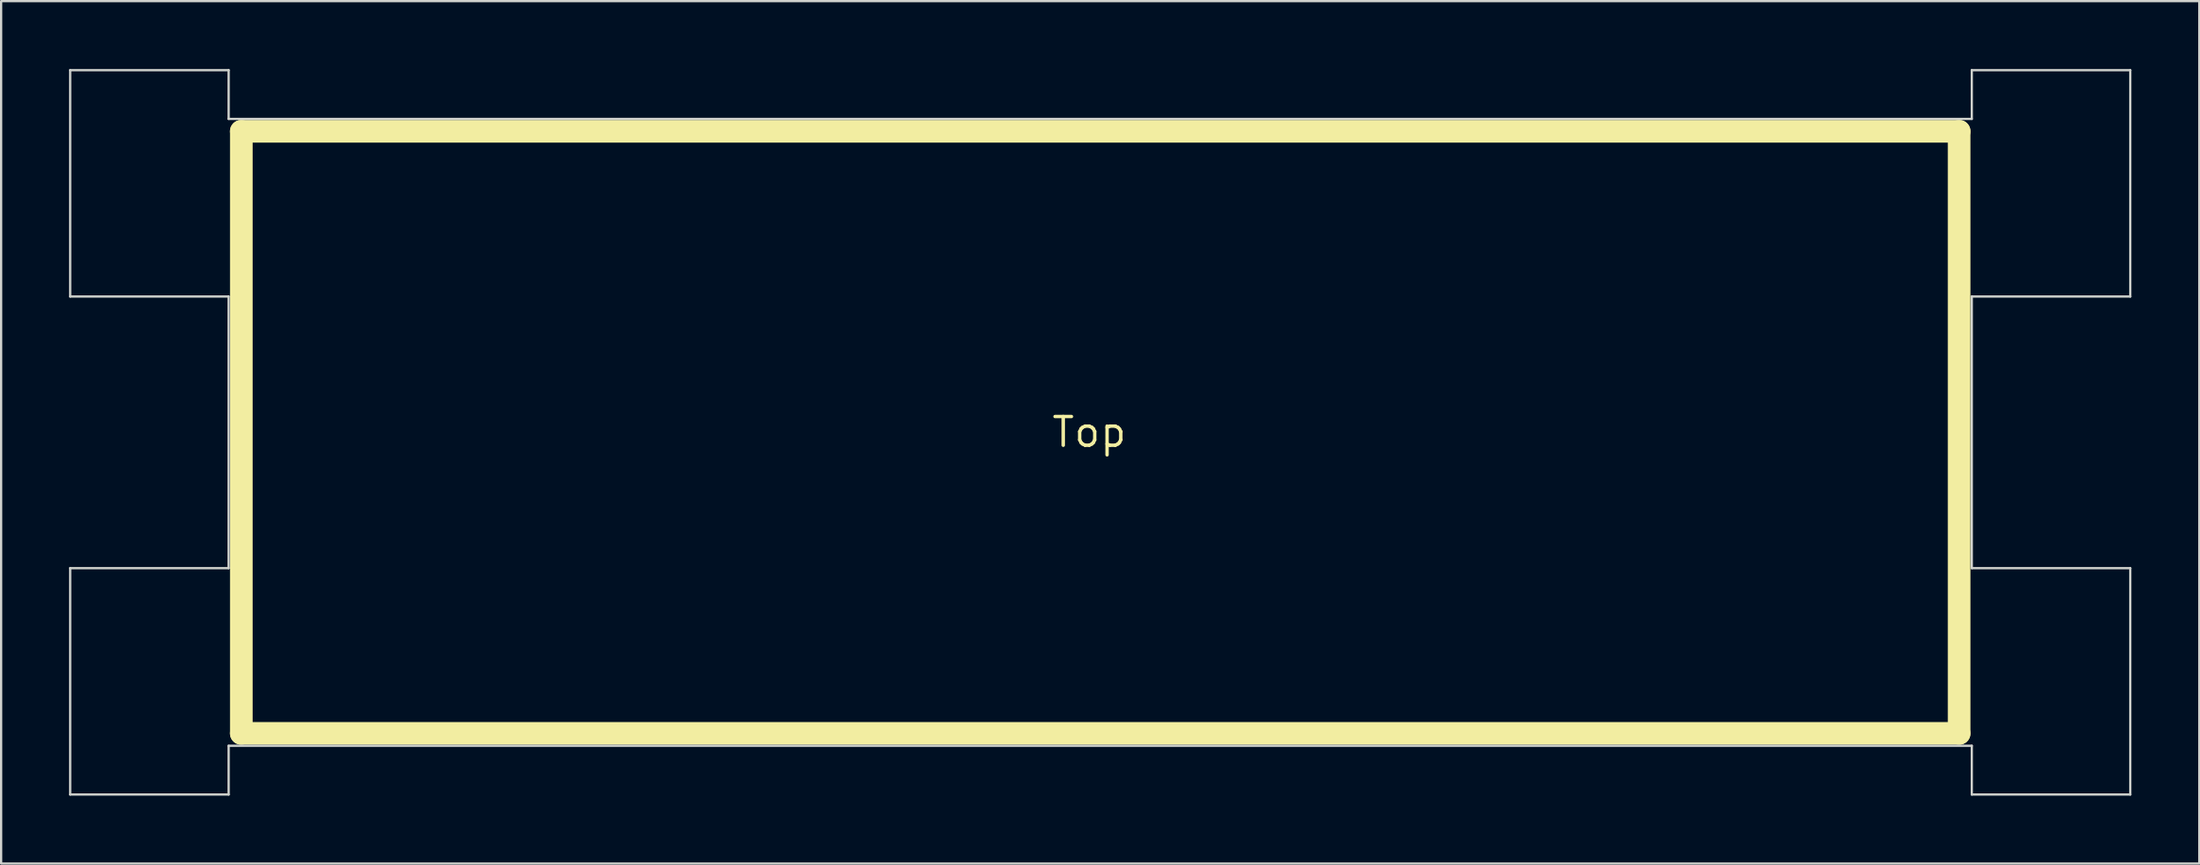
<source format=kicad_pcb>
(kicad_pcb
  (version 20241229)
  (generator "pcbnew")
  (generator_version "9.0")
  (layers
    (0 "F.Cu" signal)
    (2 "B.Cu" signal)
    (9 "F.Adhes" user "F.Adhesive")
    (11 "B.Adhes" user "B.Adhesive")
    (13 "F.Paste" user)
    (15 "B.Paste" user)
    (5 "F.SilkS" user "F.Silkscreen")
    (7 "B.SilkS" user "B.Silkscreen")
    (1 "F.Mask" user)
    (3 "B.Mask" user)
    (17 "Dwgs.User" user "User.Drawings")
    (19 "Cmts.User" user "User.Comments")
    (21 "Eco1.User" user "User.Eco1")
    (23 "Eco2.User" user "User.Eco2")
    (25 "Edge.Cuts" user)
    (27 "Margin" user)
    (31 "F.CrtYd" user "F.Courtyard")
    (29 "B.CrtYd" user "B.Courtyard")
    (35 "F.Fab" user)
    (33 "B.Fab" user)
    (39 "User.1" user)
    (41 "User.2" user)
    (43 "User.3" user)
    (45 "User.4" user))
  (footprint "Top"
    (layer "F.Cu")
    (at 45.55 16.05)
    (property "Reference" "Top" (at -0.484 -0.009 0) (layer "F.SilkS") (effects (font (size 1.27 1.27) (thickness 0.15))))
    (attr through_hole)
    (fp_poly (pts (xy 26.81 -4.939) (xy 24.038 -4.939) (xy 24.038 6.767) (xy 21.519 6.767) (xy 21.519 -4.939) (xy 18.746 -4.939) (xy 18.746 -7.288) (xy 26.81 -7.288) (xy 26.81 -4.939)) (stroke (width 0.01) (type solid)) (fill yes) (layer "F.Mask"))
    (fp_poly (pts (xy -28.985 -4.939) (xy -33.472 -4.939) (xy -33.472 -1.658) (xy -29.26 -1.658) (xy -29.26 0.671) (xy -33.472 0.671) (xy -33.472 4.459) (xy -28.816 4.459) (xy -28.816 6.767) (xy -36.033 6.767) (xy -36.033 -7.288) (xy -28.985 -7.288) (xy -28.985 -4.939)) (stroke (width 0.01) (type solid)) (fill yes) (layer "F.Mask"))
    (fp_poly (pts (xy 35.013 -7.288) (xy 35.256 -7.288) (xy 35.461 -7.287) (xy 35.632 -7.286) (xy 35.772 -7.284) (xy 35.883 -7.282) (xy 35.968 -7.279) (xy 36.03 -7.276) (xy 36.071 -7.271) (xy 36.095 -7.267) (xy 36.103 -7.261) (xy 36.103 -7.26) (xy 36.095 -7.238) (xy 36.073 -7.178) (xy 36.038 -7.082) (xy 35.989 -6.953) (xy 35.928 -6.79) (xy 35.855 -6.598) (xy 35.772 -6.377) (xy 35.678 -6.129) (xy 35.574 -5.856) (xy 35.462 -5.56) (xy 35.341 -5.243) (xy 35.213 -4.906) (xy 35.078 -4.551) (xy 34.937 -4.181) (xy 34.791 -3.797) (xy 34.64 -3.4) (xy 34.484 -2.993) (xy 34.483 -2.99) (xy 32.864 1.252) (xy 32.864 6.767) (xy 30.303 6.767) (xy 30.303 1.251) (xy 28.684 -2.991) (xy 28.528 -3.398) (xy 28.377 -3.795) (xy 28.231 -4.179) (xy 28.09 -4.549) (xy 27.955 -4.904) (xy 27.826 -5.241) (xy 27.706 -5.558) (xy 27.593 -5.855) (xy 27.49 -6.128) (xy 27.396 -6.376) (xy 27.312 -6.597) (xy 27.239 -6.79) (xy 27.178 -6.952) (xy 27.13 -7.082) (xy 27.094 -7.178) (xy 27.072 -7.238) (xy 27.064 -7.261) (xy 27.064 -7.261) (xy 27.071 -7.266) (xy 27.093 -7.271) (xy 27.132 -7.275) (xy 27.191 -7.278) (xy 27.273 -7.281) (xy 27.381 -7.283) (xy 27.517 -7.284) (xy 27.684 -7.284) (xy 27.884 -7.285) (xy 28.121 -7.284) (xy 28.397 -7.283) (xy 28.487 -7.283) (xy 29.909 -7.278) (xy 30.736 -4.572) (xy 30.837 -4.245) (xy 30.934 -3.928) (xy 31.027 -3.626) (xy 31.115 -3.34) (xy 31.199 -3.072) (xy 31.276 -2.824) (xy 31.346 -2.6) (xy 31.408 -2.401) (xy 31.463 -2.23) (xy 31.508 -2.089) (xy 31.543 -1.981) (xy 31.568 -1.907) (xy 31.581 -1.87) (xy 31.584 -1.867) (xy 31.592 -1.886) (xy 31.613 -1.944) (xy 31.646 -2.037) (xy 31.689 -2.164) (xy 31.742 -2.322) (xy 31.804 -2.508) (xy 31.875 -2.721) (xy 31.953 -2.957) (xy 32.038 -3.216) (xy 32.129 -3.494) (xy 32.225 -3.788) (xy 32.326 -4.098) (xy 32.43 -4.42) (xy 32.481 -4.577) (xy 33.36 -7.288) (xy 34.731 -7.288) (xy 35.013 -7.288)) (stroke (width 0.01) (type solid)) (fill yes) (layer "F.Mask"))
    (fp_poly (pts (xy -5.844 -7.24) (xy -5.461 -7.239) (xy -5.117 -7.237) (xy -4.811 -7.236) (xy -4.54 -7.235) (xy -4.302 -7.234) (xy -4.094 -7.232) (xy -3.914 -7.23) (xy -3.76 -7.229) (xy -3.63 -7.226) (xy -3.52 -7.224) (xy -3.429 -7.221) (xy -3.354 -7.218) (xy -3.292 -7.214) (xy -3.243 -7.21) (xy -3.202 -7.206) (xy -3.167 -7.201) (xy -3.14 -7.196) (xy -2.885 -7.138) (xy -2.663 -7.071) (xy -2.462 -6.993) (xy -2.275 -6.898) (xy -2.107 -6.795) (xy -1.802 -6.568) (xy -1.529 -6.316) (xy -1.289 -6.038) (xy -1.08 -5.733) (xy -0.903 -5.4) (xy -0.756 -5.038) (xy -0.646 -4.674) (xy -0.573 -4.36) (xy -0.518 -4.059) (xy -0.481 -3.76) (xy -0.46 -3.451) (xy -0.455 -3.121) (xy -0.459 -2.917) (xy -0.477 -2.527) (xy -0.51 -2.17) (xy -0.559 -1.843) (xy -0.624 -1.538) (xy -0.708 -1.251) (xy -0.81 -0.975) (xy -0.85 -0.883) (xy -1.026 -0.531) (xy -1.228 -0.212) (xy -1.458 0.074) (xy -1.714 0.327) (xy -1.996 0.547) (xy -2.306 0.735) (xy -2.642 0.89) (xy -3.006 1.012) (xy -3.396 1.102) (xy -3.46 1.113) (xy -3.597 1.135) (xy -3.728 1.153) (xy -3.862 1.167) (xy -4.002 1.178) (xy -4.155 1.187) (xy -4.326 1.193) (xy -4.523 1.197) (xy -4.75 1.199) (xy -5.008 1.199) (xy -5.807 1.2) (xy -5.807 6.788) (xy -8.369 6.788) (xy -8.369 -0.913) (xy -5.786 -0.913) (xy -5.093 -0.922) (xy -4.899 -0.925) (xy -4.742 -0.928) (xy -4.616 -0.931) (xy -4.517 -0.935) (xy -4.438 -0.941) (xy -4.375 -0.947) (xy -4.321 -0.956) (xy -4.272 -0.967) (xy -4.235 -0.976) (xy -4.037 -1.046) (xy -3.841 -1.145) (xy -3.658 -1.265) (xy -3.497 -1.4) (xy -3.375 -1.537) (xy -3.254 -1.728) (xy -3.155 -1.95) (xy -3.077 -2.196) (xy -3.021 -2.462) (xy -2.986 -2.742) (xy -2.973 -3.028) (xy -2.982 -3.317) (xy -3.013 -3.601) (xy -3.067 -3.875) (xy -3.143 -4.134) (xy -3.241 -4.37) (xy -3.294 -4.47) (xy -3.421 -4.649) (xy -3.581 -4.804) (xy -3.774 -4.932) (xy -3.849 -4.971) (xy -3.937 -5.012) (xy -4.013 -5.045) (xy -4.086 -5.072) (xy -4.159 -5.094) (xy -4.238 -5.11) (xy -4.328 -5.122) (xy -4.437 -5.13) (xy -4.567 -5.136) (xy -4.726 -5.14) (xy -4.918 -5.143) (xy -5.051 -5.145) (xy -5.786 -5.154) (xy -5.786 -0.913) (xy -8.369 -0.913) (xy -8.369 -7.247) (xy -5.844 -7.24)) (stroke (width 0.01) (type solid)) (fill yes) (layer "F.Mask"))
    (fp_poly (pts (xy -25.027 -4.472) (xy -25.027 -4.13) (xy -25.026 -3.801) (xy -25.026 -3.486) (xy -25.025 -3.188) (xy -25.024 -2.909) (xy -25.022 -2.652) (xy -25.021 -2.42) (xy -25.019 -2.214) (xy -25.018 -2.037) (xy -25.016 -1.892) (xy -25.014 -1.78) (xy -25.012 -1.705) (xy -25.01 -1.669) (xy -25.009 -1.666) (xy -24.996 -1.686) (xy -24.964 -1.74) (xy -24.914 -1.827) (xy -24.845 -1.945) (xy -24.761 -2.091) (xy -24.661 -2.264) (xy -24.548 -2.462) (xy -24.421 -2.683) (xy -24.283 -2.925) (xy -24.134 -3.185) (xy -23.976 -3.462) (xy -23.81 -3.754) (xy -23.636 -4.059) (xy -23.457 -4.374) (xy -23.395 -4.482) (xy -21.799 -7.287) (xy -20.407 -7.288) (xy -20.169 -7.288) (xy -19.943 -7.287) (xy -19.734 -7.287) (xy -19.545 -7.286) (xy -19.379 -7.285) (xy -19.24 -7.284) (xy -19.131 -7.283) (xy -19.056 -7.281) (xy -19.019 -7.28) (xy -19.015 -7.279) (xy -19.026 -7.26) (xy -19.056 -7.206) (xy -19.104 -7.119) (xy -19.171 -7.001) (xy -19.254 -6.854) (xy -19.352 -6.68) (xy -19.465 -6.481) (xy -19.59 -6.258) (xy -19.728 -6.015) (xy -19.877 -5.751) (xy -20.036 -5.471) (xy -20.204 -5.175) (xy -20.379 -4.866) (xy -20.561 -4.544) (xy -20.712 -4.279) (xy -20.899 -3.949) (xy -21.08 -3.63) (xy -21.254 -3.322) (xy -21.421 -3.028) (xy -21.578 -2.749) (xy -21.726 -2.488) (xy -21.862 -2.246) (xy -21.986 -2.026) (xy -22.097 -1.83) (xy -22.193 -1.659) (xy -22.273 -1.515) (xy -22.337 -1.401) (xy -22.383 -1.318) (xy -22.41 -1.268) (xy -22.418 -1.254) (xy -22.41 -1.231) (xy -22.384 -1.173) (xy -22.342 -1.08) (xy -22.285 -0.953) (xy -22.212 -0.796) (xy -22.126 -0.61) (xy -22.027 -0.396) (xy -21.915 -0.156) (xy -21.792 0.107) (xy -21.658 0.393) (xy -21.514 0.699) (xy -21.362 1.023) (xy -21.201 1.364) (xy -21.033 1.72) (xy -20.859 2.089) (xy -20.679 2.47) (xy -20.541 2.761) (xy -20.358 3.149) (xy -20.179 3.526) (xy -20.006 3.891) (xy -19.84 4.243) (xy -19.681 4.579) (xy -19.53 4.898) (xy -19.388 5.198) (xy -19.256 5.477) (xy -19.135 5.733) (xy -19.026 5.965) (xy -18.929 6.17) (xy -18.846 6.348) (xy -18.776 6.496) (xy -18.721 6.612) (xy -18.683 6.695) (xy -18.661 6.743) (xy -18.656 6.754) (xy -18.676 6.756) (xy -18.736 6.758) (xy -18.83 6.76) (xy -18.957 6.762) (xy -19.113 6.763) (xy -19.293 6.764) (xy -19.495 6.765) (xy -19.716 6.766) (xy -19.95 6.766) (xy -20.081 6.767) (xy -21.507 6.767) (xy -22.794 3.92) (xy -22.942 3.591) (xy -23.086 3.274) (xy -23.224 2.969) (xy -23.355 2.68) (xy -23.479 2.407) (xy -23.595 2.154) (xy -23.7 1.922) (xy -23.796 1.713) (xy -23.88 1.53) (xy -23.951 1.375) (xy -24.009 1.25) (xy -24.053 1.156) (xy -24.081 1.097) (xy -24.093 1.074) (xy -24.093 1.073) (xy -24.106 1.091) (xy -24.139 1.142) (xy -24.189 1.221) (xy -24.253 1.325) (xy -24.33 1.451) (xy -24.417 1.594) (xy -24.511 1.752) (xy -24.566 1.843) (xy -25.027 2.613) (xy -25.027 6.767) (xy -27.567 6.767) (xy -27.567 -7.288) (xy -25.027 -7.288) (xy -25.027 -4.472)) (stroke (width 0.01) (type solid)) (fill yes) (layer "F.Mask"))
    (fp_poly (pts (xy 5.777 -7.156) (xy 5.787 -7.116) (xy 5.806 -7.037) (xy 5.834 -6.921) (xy 5.87 -6.771) (xy 5.914 -6.588) (xy 5.965 -6.373) (xy 6.023 -6.13) (xy 6.088 -5.859) (xy 6.159 -5.562) (xy 6.236 -5.241) (xy 6.317 -4.899) (xy 6.404 -4.536) (xy 6.495 -4.155) (xy 6.59 -3.758) (xy 6.688 -3.345) (xy 6.79 -2.92) (xy 6.894 -2.485) (xy 7 -2.039) (xy 7.108 -1.587) (xy 7.217 -1.129) (xy 7.327 -0.667) (xy 7.437 -0.204) (xy 7.548 0.259) (xy 7.658 0.721) (xy 7.767 1.179) (xy 7.875 1.631) (xy 7.981 2.076) (xy 8.085 2.512) (xy 8.186 2.937) (xy 8.285 3.349) (xy 8.379 3.747) (xy 8.47 4.128) (xy 8.556 4.491) (xy 8.638 4.833) (xy 8.714 5.154) (xy 8.785 5.45) (xy 8.849 5.721) (xy 8.907 5.965) (xy 8.958 6.179) (xy 9.002 6.363) (xy 9.038 6.513) (xy 9.065 6.628) (xy 9.083 6.707) (xy 9.093 6.747) (xy 9.094 6.752) (xy 9.073 6.755) (xy 9.014 6.757) (xy 8.92 6.759) (xy 8.793 6.761) (xy 8.639 6.763) (xy 8.461 6.764) (xy 8.261 6.765) (xy 8.045 6.766) (xy 7.814 6.766) (xy 7.765 6.767) (xy 6.436 6.767) (xy 6.358 6.37) (xy 6.339 6.269) (xy 6.312 6.133) (xy 6.279 5.967) (xy 6.242 5.777) (xy 6.201 5.569) (xy 6.158 5.349) (xy 6.113 5.124) (xy 6.069 4.898) (xy 6.065 4.877) (xy 5.849 3.782) (xy 4.186 3.787) (xy 2.523 3.793) (xy 2.244 5.211) (xy 2.196 5.452) (xy 2.151 5.681) (xy 2.108 5.897) (xy 2.07 6.094) (xy 2.035 6.27) (xy 2.005 6.421) (xy 1.981 6.542) (xy 1.964 6.632) (xy 1.953 6.685) (xy 1.951 6.698) (xy 1.938 6.767) (xy 0.603 6.767) (xy 0.322 6.766) (xy 0.082 6.766) (xy -0.122 6.765) (xy -0.291 6.764) (xy -0.427 6.762) (xy -0.535 6.759) (xy -0.615 6.756) (xy -0.671 6.753) (xy -0.706 6.748) (xy -0.721 6.743) (xy -0.722 6.74) (xy -0.717 6.718) (xy -0.702 6.656) (xy -0.678 6.555) (xy -0.645 6.418) (xy -0.604 6.246) (xy -0.555 6.04) (xy -0.498 5.802) (xy -0.435 5.534) (xy -0.364 5.236) (xy -0.287 4.91) (xy -0.203 4.559) (xy -0.114 4.183) (xy -0.019 3.783) (xy 0.081 3.362) (xy 0.185 2.921) (xy 0.295 2.461) (xy 0.408 1.984) (xy 0.524 1.491) (xy 0.533 1.453) (xy 2.977 1.453) (xy 2.995 1.458) (xy 3.051 1.463) (xy 3.145 1.466) (xy 3.278 1.469) (xy 3.451 1.472) (xy 3.663 1.474) (xy 3.917 1.475) (xy 4.205 1.475) (xy 5.433 1.475) (xy 5.422 1.427) (xy 5.417 1.401) (xy 5.404 1.336) (xy 5.384 1.234) (xy 5.357 1.097) (xy 5.324 0.928) (xy 5.286 0.73) (xy 5.242 0.503) (xy 5.193 0.252) (xy 5.14 -0.022) (xy 5.083 -0.317) (xy 5.022 -0.63) (xy 4.959 -0.959) (xy 4.892 -1.302) (xy 4.824 -1.655) (xy 4.818 -1.69) (xy 4.749 -2.044) (xy 4.683 -2.387) (xy 4.619 -2.716) (xy 4.558 -3.03) (xy 4.501 -3.326) (xy 4.447 -3.601) (xy 4.398 -3.853) (xy 4.354 -4.081) (xy 4.315 -4.281) (xy 4.281 -4.451) (xy 4.254 -4.589) (xy 4.233 -4.693) (xy 4.22 -4.76) (xy 4.214 -4.788) (xy 4.214 -4.788) (xy 4.2 -4.809) (xy 4.194 -4.808) (xy 4.189 -4.787) (xy 4.177 -4.727) (xy 4.157 -4.631) (xy 4.132 -4.501) (xy 4.1 -4.342) (xy 4.063 -4.154) (xy 4.021 -3.942) (xy 3.975 -3.707) (xy 3.926 -3.453) (xy 3.873 -3.182) (xy 3.817 -2.898) (xy 3.76 -2.602) (xy 3.7 -2.298) (xy 3.64 -1.989) (xy 3.579 -1.677) (xy 3.519 -1.364) (xy 3.459 -1.055) (xy 3.4 -0.751) (xy 3.342 -0.456) (xy 3.287 -0.171) (xy 3.235 0.099) (xy 3.186 0.353) (xy 3.141 0.588) (xy 3.1 0.8) (xy 3.064 0.987) (xy 3.034 1.147) (xy 3.009 1.276) (xy 2.991 1.372) (xy 2.98 1.432) (xy 2.977 1.453) (xy 0.533 1.453) (xy 0.644 0.984) (xy 0.768 0.465) (xy 0.893 -0.066) (xy 0.946 -0.287) (xy 2.604 -7.288) (xy 5.744 -7.288) (xy 5.777 -7.156)) (stroke (width 0.01) (type solid)) (fill yes) (layer "F.Mask"))
    (fp_poly (pts (xy 12.528 -7.282) (xy 12.917 -7.281) (xy 13.265 -7.28) (xy 13.576 -7.278) (xy 13.852 -7.277) (xy 14.095 -7.276) (xy 14.308 -7.274) (xy 14.492 -7.272) (xy 14.651 -7.27) (xy 14.788 -7.268) (xy 14.903 -7.265) (xy 15 -7.263) (xy 15.081 -7.259) (xy 15.148 -7.256) (xy 15.205 -7.252) (xy 15.252 -7.247) (xy 15.294 -7.242) (xy 15.323 -7.238) (xy 15.693 -7.164) (xy 16.032 -7.065) (xy 16.34 -6.939) (xy 16.622 -6.785) (xy 16.88 -6.601) (xy 17.117 -6.386) (xy 17.174 -6.327) (xy 17.359 -6.105) (xy 17.52 -5.862) (xy 17.657 -5.595) (xy 17.771 -5.3) (xy 17.865 -4.974) (xy 17.94 -4.615) (xy 17.967 -4.441) (xy 17.978 -4.336) (xy 17.986 -4.196) (xy 17.992 -4.03) (xy 17.995 -3.845) (xy 17.996 -3.65) (xy 17.994 -3.453) (xy 17.99 -3.26) (xy 17.983 -3.082) (xy 17.974 -2.925) (xy 17.962 -2.797) (xy 17.956 -2.748) (xy 17.882 -2.348) (xy 17.785 -1.982) (xy 17.663 -1.65) (xy 17.517 -1.351) (xy 17.346 -1.085) (xy 17.15 -0.85) (xy 17.118 -0.817) (xy 16.899 -0.625) (xy 16.652 -0.458) (xy 16.382 -0.321) (xy 16.099 -0.217) (xy 16.083 -0.213) (xy 15.908 -0.162) (xy 16.062 -0.135) (xy 16.192 -0.107) (xy 16.34 -0.066) (xy 16.491 -0.017) (xy 16.633 0.037) (xy 16.751 0.09) (xy 16.791 0.11) (xy 16.971 0.223) (xy 17.131 0.35) (xy 17.272 0.494) (xy 17.396 0.657) (xy 17.503 0.843) (xy 17.595 1.054) (xy 17.673 1.294) (xy 17.738 1.564) (xy 17.792 1.867) (xy 17.836 2.207) (xy 17.866 2.533) (xy 17.869 2.585) (xy 17.873 2.674) (xy 17.878 2.797) (xy 17.883 2.948) (xy 17.889 3.122) (xy 17.895 3.316) (xy 17.902 3.524) (xy 17.908 3.743) (xy 17.91 3.824) (xy 17.92 4.177) (xy 17.93 4.49) (xy 17.94 4.767) (xy 17.95 5.01) (xy 17.961 5.223) (xy 17.973 5.408) (xy 17.986 5.568) (xy 18 5.706) (xy 18.016 5.825) (xy 18.035 5.929) (xy 18.055 6.019) (xy 18.079 6.1) (xy 18.105 6.173) (xy 18.134 6.241) (xy 18.158 6.29) (xy 18.214 6.384) (xy 18.283 6.475) (xy 18.355 6.549) (xy 18.408 6.59) (xy 18.454 6.629) (xy 18.47 6.679) (xy 18.471 6.697) (xy 18.471 6.767) (xy 15.72 6.767) (xy 15.659 6.645) (xy 15.596 6.501) (xy 15.539 6.336) (xy 15.495 6.17) (xy 15.489 6.142) (xy 15.473 6.046) (xy 15.458 5.916) (xy 15.443 5.751) (xy 15.429 5.551) (xy 15.415 5.313) (xy 15.402 5.038) (xy 15.389 4.724) (xy 15.376 4.37) (xy 15.363 3.975) (xy 15.358 3.803) (xy 15.349 3.495) (xy 15.341 3.226) (xy 15.333 2.993) (xy 15.326 2.791) (xy 15.318 2.618) (xy 15.31 2.471) (xy 15.301 2.345) (xy 15.291 2.238) (xy 15.28 2.146) (xy 15.268 2.065) (xy 15.254 1.993) (xy 15.238 1.925) (xy 15.22 1.859) (xy 15.2 1.792) (xy 15.108 1.55) (xy 14.997 1.345) (xy 14.866 1.177) (xy 14.716 1.045) (xy 14.594 0.973) (xy 14.524 0.94) (xy 14.462 0.913) (xy 14.403 0.89) (xy 14.341 0.872) (xy 14.271 0.858) (xy 14.19 0.848) (xy 14.092 0.84) (xy 13.972 0.834) (xy 13.826 0.83) (xy 13.648 0.827) (xy 13.434 0.825) (xy 13.364 0.824) (xy 12.523 0.816) (xy 12.523 6.767) (xy 9.962 6.767) (xy 9.962 -1.15) (xy 12.502 -1.15) (xy 13.168 -1.15) (xy 13.363 -1.15) (xy 13.523 -1.151) (xy 13.652 -1.154) (xy 13.756 -1.157) (xy 13.842 -1.163) (xy 13.915 -1.17) (xy 13.982 -1.179) (xy 14.041 -1.19) (xy 14.308 -1.258) (xy 14.543 -1.35) (xy 14.747 -1.47) (xy 14.923 -1.619) (xy 15.071 -1.797) (xy 15.192 -2.007) (xy 15.29 -2.251) (xy 15.364 -2.529) (xy 15.374 -2.579) (xy 15.391 -2.697) (xy 15.404 -2.846) (xy 15.411 -3.015) (xy 15.414 -3.194) (xy 15.412 -3.373) (xy 15.405 -3.542) (xy 15.394 -3.692) (xy 15.377 -3.813) (xy 15.372 -3.838) (xy 15.296 -4.113) (xy 15.195 -4.354) (xy 15.067 -4.563) (xy 14.912 -4.74) (xy 14.729 -4.886) (xy 14.517 -5.002) (xy 14.277 -5.088) (xy 14.268 -5.091) (xy 14.222 -5.103) (xy 14.177 -5.113) (xy 14.128 -5.121) (xy 14.07 -5.127) (xy 13.998 -5.132) (xy 13.907 -5.136) (xy 13.793 -5.139) (xy 13.65 -5.141) (xy 13.474 -5.144) (xy 13.301 -5.145) (xy 12.502 -5.153) (xy 12.502 -1.15) (xy 9.962 -1.15) (xy 9.962 -7.291) (xy 12.528 -7.282)) (stroke (width 0.01) (type solid)) (fill yes) (layer "F.Mask"))
    (fp_poly (pts (xy -13.695 -7.533) (xy -13.333 -7.503) (xy -13 -7.454) (xy -12.691 -7.383) (xy -12.399 -7.289) (xy -12.162 -7.191) (xy -11.855 -7.029) (xy -11.564 -6.829) (xy -11.291 -6.597) (xy -11.043 -6.337) (xy -10.825 -6.052) (xy -10.81 -6.029) (xy -10.658 -5.776) (xy -10.515 -5.487) (xy -10.384 -5.164) (xy -10.264 -4.814) (xy -10.159 -4.44) (xy -10.069 -4.047) (xy -9.995 -3.638) (xy -9.979 -3.531) (xy -9.947 -3.277) (xy -9.919 -2.985) (xy -9.893 -2.66) (xy -9.871 -2.308) (xy -9.853 -1.932) (xy -9.838 -1.538) (xy -9.826 -1.131) (xy -9.819 -0.716) (xy -9.815 -0.296) (xy -9.815 0.123) (xy -9.819 0.536) (xy -9.827 0.938) (xy -9.839 1.325) (xy -9.855 1.692) (xy -9.876 2.034) (xy -9.882 2.123) (xy -9.923 2.583) (xy -9.974 3.006) (xy -10.036 3.399) (xy -10.111 3.766) (xy -10.199 4.113) (xy -10.301 4.445) (xy -10.41 4.746) (xy -10.533 5.036) (xy -10.662 5.293) (xy -10.802 5.523) (xy -10.959 5.735) (xy -11.137 5.938) (xy -11.204 6.006) (xy -11.453 6.233) (xy -11.715 6.427) (xy -11.995 6.591) (xy -12.295 6.725) (xy -12.62 6.832) (xy -12.973 6.913) (xy -13.335 6.968) (xy -13.451 6.978) (xy -13.6 6.986) (xy -13.773 6.992) (xy -13.96 6.995) (xy -14.152 6.997) (xy -14.341 6.996) (xy -14.517 6.992) (xy -14.67 6.986) (xy -14.792 6.978) (xy -14.809 6.976) (xy -15.218 6.916) (xy -15.599 6.825) (xy -15.953 6.702) (xy -16.28 6.547) (xy -16.583 6.359) (xy -16.861 6.139) (xy -16.999 6.009) (xy -17.217 5.765) (xy -17.415 5.489) (xy -17.593 5.179) (xy -17.754 4.833) (xy -17.897 4.449) (xy -17.901 4.436) (xy -18.008 4.086) (xy -18.097 3.73) (xy -18.169 3.361) (xy -18.227 2.969) (xy -18.271 2.548) (xy -18.284 2.385) (xy -18.315 1.916) (xy -18.339 1.427) (xy -18.358 0.923) (xy -18.371 0.412) (xy -18.376 0.04) (xy -15.82 0.04) (xy -15.82 0.355) (xy -15.818 0.658) (xy -15.816 0.943) (xy -15.811 1.208) (xy -15.805 1.446) (xy -15.798 1.654) (xy -15.798 1.665) (xy -15.773 2.116) (xy -15.74 2.527) (xy -15.699 2.899) (xy -15.648 3.234) (xy -15.587 3.534) (xy -15.515 3.8) (xy -15.432 4.034) (xy -15.337 4.237) (xy -15.229 4.411) (xy -15.107 4.557) (xy -14.972 4.678) (xy -14.822 4.774) (xy -14.656 4.847) (xy -14.474 4.899) (xy -14.409 4.912) (xy -14.183 4.94) (xy -13.966 4.938) (xy -13.84 4.924) (xy -13.612 4.875) (xy -13.408 4.794) (xy -13.226 4.681) (xy -13.066 4.534) (xy -12.926 4.353) (xy -12.806 4.137) (xy -12.704 3.883) (xy -12.62 3.592) (xy -12.613 3.56) (xy -12.581 3.416) (xy -12.552 3.266) (xy -12.526 3.108) (xy -12.502 2.938) (xy -12.481 2.755) (xy -12.461 2.554) (xy -12.444 2.334) (xy -12.428 2.091) (xy -12.414 1.824) (xy -12.401 1.528) (xy -12.389 1.201) (xy -12.378 0.841) (xy -12.368 0.445) (xy -12.358 0.01) (xy -12.357 -0.07) (xy -12.353 -0.344) (xy -12.354 -0.648) (xy -12.357 -0.972) (xy -12.363 -1.304) (xy -12.372 -1.635) (xy -12.384 -1.953) (xy -12.398 -2.249) (xy -12.412 -2.483) (xy -12.439 -2.821) (xy -12.471 -3.142) (xy -12.509 -3.441) (xy -12.551 -3.713) (xy -12.597 -3.952) (xy -12.646 -4.156) (xy -12.655 -4.187) (xy -12.697 -4.315) (xy -12.754 -4.458) (xy -12.819 -4.606) (xy -12.888 -4.744) (xy -12.953 -4.861) (xy -12.983 -4.907) (xy -13.129 -5.084) (xy -13.299 -5.227) (xy -13.493 -5.334) (xy -13.71 -5.406) (xy -13.951 -5.444) (xy -14.105 -5.449) (xy -14.343 -5.434) (xy -14.556 -5.39) (xy -14.747 -5.313) (xy -14.922 -5.203) (xy -15.078 -5.066) (xy -15.198 -4.928) (xy -15.305 -4.768) (xy -15.4 -4.583) (xy -15.483 -4.369) (xy -15.556 -4.126) (xy -15.619 -3.85) (xy -15.673 -3.539) (xy -15.718 -3.19) (xy -15.744 -2.938) (xy -15.756 -2.788) (xy -15.767 -2.6) (xy -15.777 -2.379) (xy -15.786 -2.129) (xy -15.794 -1.855) (xy -15.801 -1.561) (xy -15.807 -1.253) (xy -15.812 -0.934) (xy -15.816 -0.609) (xy -15.819 -0.283) (xy -15.82 0.04) (xy -18.376 0.04) (xy -18.378 -0.1) (xy -18.379 -0.608) (xy -18.374 -1.103) (xy -18.362 -1.58) (xy -18.345 -2.031) (xy -18.321 -2.452) (xy -18.305 -2.674) (xy -18.254 -3.204) (xy -18.186 -3.696) (xy -18.103 -4.152) (xy -18.002 -4.574) (xy -17.885 -4.963) (xy -17.75 -5.322) (xy -17.662 -5.521) (xy -17.48 -5.862) (xy -17.268 -6.176) (xy -17.03 -6.46) (xy -16.766 -6.714) (xy -16.48 -6.934) (xy -16.171 -7.12) (xy -15.844 -7.27) (xy -15.672 -7.331) (xy -15.417 -7.404) (xy -15.156 -7.461) (xy -14.881 -7.502) (xy -14.585 -7.528) (xy -14.259 -7.541) (xy -14.089 -7.542) (xy -13.695 -7.533)) (stroke (width 0.01) (type solid)) (fill yes) (layer "F.Mask"))
    (fp_poly (pts (xy 26.81 -4.939) (xy 24.038 -4.939) (xy 24.038 6.767) (xy 21.519 6.767) (xy 21.519 -4.939) (xy 18.746 -4.939) (xy 18.746 -7.288) (xy 26.81 -7.288) (xy 26.81 -4.939)) (stroke (width 0.01) (type solid)) (fill yes) (layer "B.Mask"))
    (fp_poly (pts (xy -28.985 -4.939) (xy -33.472 -4.939) (xy -33.472 -1.658) (xy -29.26 -1.658) (xy -29.26 0.671) (xy -33.472 0.671) (xy -33.472 4.459) (xy -28.816 4.459) (xy -28.816 6.767) (xy -36.033 6.767) (xy -36.033 -7.288) (xy -28.985 -7.288) (xy -28.985 -4.939)) (stroke (width 0.01) (type solid)) (fill yes) (layer "B.Mask"))
    (fp_poly (pts (xy 35.013 -7.288) (xy 35.256 -7.288) (xy 35.461 -7.287) (xy 35.632 -7.286) (xy 35.772 -7.284) (xy 35.883 -7.282) (xy 35.968 -7.279) (xy 36.03 -7.276) (xy 36.071 -7.271) (xy 36.095 -7.267) (xy 36.103 -7.261) (xy 36.103 -7.26) (xy 36.095 -7.238) (xy 36.073 -7.178) (xy 36.038 -7.082) (xy 35.989 -6.953) (xy 35.928 -6.79) (xy 35.855 -6.598) (xy 35.772 -6.377) (xy 35.678 -6.129) (xy 35.574 -5.856) (xy 35.462 -5.56) (xy 35.341 -5.243) (xy 35.213 -4.906) (xy 35.078 -4.551) (xy 34.937 -4.181) (xy 34.791 -3.797) (xy 34.64 -3.4) (xy 34.484 -2.993) (xy 34.483 -2.99) (xy 32.864 1.252) (xy 32.864 6.767) (xy 30.303 6.767) (xy 30.303 1.251) (xy 28.684 -2.991) (xy 28.528 -3.398) (xy 28.377 -3.795) (xy 28.231 -4.179) (xy 28.09 -4.549) (xy 27.955 -4.904) (xy 27.826 -5.241) (xy 27.706 -5.558) (xy 27.593 -5.855) (xy 27.49 -6.128) (xy 27.396 -6.376) (xy 27.312 -6.597) (xy 27.239 -6.79) (xy 27.178 -6.952) (xy 27.13 -7.082) (xy 27.094 -7.178) (xy 27.072 -7.238) (xy 27.064 -7.261) (xy 27.064 -7.261) (xy 27.071 -7.266) (xy 27.093 -7.271) (xy 27.132 -7.275) (xy 27.191 -7.278) (xy 27.273 -7.281) (xy 27.381 -7.283) (xy 27.517 -7.284) (xy 27.684 -7.284) (xy 27.884 -7.285) (xy 28.121 -7.284) (xy 28.397 -7.283) (xy 28.487 -7.283) (xy 29.909 -7.278) (xy 30.736 -4.572) (xy 30.837 -4.245) (xy 30.934 -3.928) (xy 31.027 -3.626) (xy 31.115 -3.34) (xy 31.199 -3.072) (xy 31.276 -2.824) (xy 31.346 -2.6) (xy 31.408 -2.401) (xy 31.463 -2.23) (xy 31.508 -2.089) (xy 31.543 -1.981) (xy 31.568 -1.907) (xy 31.581 -1.87) (xy 31.584 -1.867) (xy 31.592 -1.886) (xy 31.613 -1.944) (xy 31.646 -2.037) (xy 31.689 -2.164) (xy 31.742 -2.322) (xy 31.804 -2.508) (xy 31.875 -2.721) (xy 31.953 -2.957) (xy 32.038 -3.216) (xy 32.129 -3.494) (xy 32.225 -3.788) (xy 32.326 -4.098) (xy 32.43 -4.42) (xy 32.481 -4.577) (xy 33.36 -7.288) (xy 34.731 -7.288) (xy 35.013 -7.288)) (stroke (width 0.01) (type solid)) (fill yes) (layer "B.Mask"))
    (fp_poly (pts (xy -5.844 -7.24) (xy -5.461 -7.239) (xy -5.117 -7.237) (xy -4.811 -7.236) (xy -4.54 -7.235) (xy -4.302 -7.234) (xy -4.094 -7.232) (xy -3.914 -7.23) (xy -3.76 -7.229) (xy -3.63 -7.226) (xy -3.52 -7.224) (xy -3.429 -7.221) (xy -3.354 -7.218) (xy -3.292 -7.214) (xy -3.243 -7.21) (xy -3.202 -7.206) (xy -3.167 -7.201) (xy -3.14 -7.196) (xy -2.885 -7.138) (xy -2.663 -7.071) (xy -2.462 -6.993) (xy -2.275 -6.898) (xy -2.107 -6.795) (xy -1.802 -6.568) (xy -1.529 -6.316) (xy -1.289 -6.038) (xy -1.08 -5.733) (xy -0.903 -5.4) (xy -0.756 -5.038) (xy -0.646 -4.674) (xy -0.573 -4.36) (xy -0.518 -4.059) (xy -0.481 -3.76) (xy -0.46 -3.451) (xy -0.455 -3.121) (xy -0.459 -2.917) (xy -0.477 -2.527) (xy -0.51 -2.17) (xy -0.559 -1.843) (xy -0.624 -1.538) (xy -0.708 -1.251) (xy -0.81 -0.975) (xy -0.85 -0.883) (xy -1.026 -0.531) (xy -1.228 -0.212) (xy -1.458 0.074) (xy -1.714 0.327) (xy -1.996 0.547) (xy -2.306 0.735) (xy -2.642 0.89) (xy -3.006 1.012) (xy -3.396 1.102) (xy -3.46 1.113) (xy -3.597 1.135) (xy -3.728 1.153) (xy -3.862 1.167) (xy -4.002 1.178) (xy -4.155 1.187) (xy -4.326 1.193) (xy -4.523 1.197) (xy -4.75 1.199) (xy -5.008 1.199) (xy -5.807 1.2) (xy -5.807 6.788) (xy -8.369 6.788) (xy -8.369 -0.913) (xy -5.786 -0.913) (xy -5.093 -0.922) (xy -4.899 -0.925) (xy -4.742 -0.928) (xy -4.616 -0.931) (xy -4.517 -0.935) (xy -4.438 -0.941) (xy -4.375 -0.947) (xy -4.321 -0.956) (xy -4.272 -0.967) (xy -4.235 -0.976) (xy -4.037 -1.046) (xy -3.841 -1.145) (xy -3.658 -1.265) (xy -3.497 -1.4) (xy -3.375 -1.537) (xy -3.254 -1.728) (xy -3.155 -1.95) (xy -3.077 -2.196) (xy -3.021 -2.462) (xy -2.986 -2.742) (xy -2.973 -3.028) (xy -2.982 -3.317) (xy -3.013 -3.601) (xy -3.067 -3.875) (xy -3.143 -4.134) (xy -3.241 -4.37) (xy -3.294 -4.47) (xy -3.421 -4.649) (xy -3.581 -4.804) (xy -3.774 -4.932) (xy -3.849 -4.971) (xy -3.937 -5.012) (xy -4.013 -5.045) (xy -4.086 -5.072) (xy -4.159 -5.094) (xy -4.238 -5.11) (xy -4.328 -5.122) (xy -4.437 -5.13) (xy -4.567 -5.136) (xy -4.726 -5.14) (xy -4.918 -5.143) (xy -5.051 -5.145) (xy -5.786 -5.154) (xy -5.786 -0.913) (xy -8.369 -0.913) (xy -8.369 -7.247) (xy -5.844 -7.24)) (stroke (width 0.01) (type solid)) (fill yes) (layer "B.Mask"))
    (fp_poly (pts (xy -25.027 -4.472) (xy -25.027 -4.13) (xy -25.026 -3.801) (xy -25.026 -3.486) (xy -25.025 -3.188) (xy -25.024 -2.909) (xy -25.022 -2.652) (xy -25.021 -2.42) (xy -25.019 -2.214) (xy -25.018 -2.037) (xy -25.016 -1.892) (xy -25.014 -1.78) (xy -25.012 -1.705) (xy -25.01 -1.669) (xy -25.009 -1.666) (xy -24.996 -1.686) (xy -24.964 -1.74) (xy -24.914 -1.827) (xy -24.845 -1.945) (xy -24.761 -2.091) (xy -24.661 -2.264) (xy -24.548 -2.462) (xy -24.421 -2.683) (xy -24.283 -2.925) (xy -24.134 -3.185) (xy -23.976 -3.462) (xy -23.81 -3.754) (xy -23.636 -4.059) (xy -23.457 -4.374) (xy -23.395 -4.482) (xy -21.799 -7.287) (xy -20.407 -7.288) (xy -20.169 -7.288) (xy -19.943 -7.287) (xy -19.734 -7.287) (xy -19.545 -7.286) (xy -19.379 -7.285) (xy -19.24 -7.284) (xy -19.131 -7.283) (xy -19.056 -7.281) (xy -19.019 -7.28) (xy -19.015 -7.279) (xy -19.026 -7.26) (xy -19.056 -7.206) (xy -19.104 -7.119) (xy -19.171 -7.001) (xy -19.254 -6.854) (xy -19.352 -6.68) (xy -19.465 -6.481) (xy -19.59 -6.258) (xy -19.728 -6.015) (xy -19.877 -5.751) (xy -20.036 -5.471) (xy -20.204 -5.175) (xy -20.379 -4.866) (xy -20.561 -4.544) (xy -20.712 -4.279) (xy -20.899 -3.949) (xy -21.08 -3.63) (xy -21.254 -3.322) (xy -21.421 -3.028) (xy -21.578 -2.749) (xy -21.726 -2.488) (xy -21.862 -2.246) (xy -21.986 -2.026) (xy -22.097 -1.83) (xy -22.193 -1.659) (xy -22.273 -1.515) (xy -22.337 -1.401) (xy -22.383 -1.318) (xy -22.41 -1.268) (xy -22.418 -1.254) (xy -22.41 -1.231) (xy -22.384 -1.173) (xy -22.342 -1.08) (xy -22.285 -0.953) (xy -22.212 -0.796) (xy -22.126 -0.61) (xy -22.027 -0.396) (xy -21.915 -0.156) (xy -21.792 0.107) (xy -21.658 0.393) (xy -21.514 0.699) (xy -21.362 1.023) (xy -21.201 1.364) (xy -21.033 1.72) (xy -20.859 2.089) (xy -20.679 2.47) (xy -20.541 2.761) (xy -20.358 3.149) (xy -20.179 3.526) (xy -20.006 3.891) (xy -19.84 4.243) (xy -19.681 4.579) (xy -19.53 4.898) (xy -19.388 5.198) (xy -19.256 5.477) (xy -19.135 5.733) (xy -19.026 5.965) (xy -18.929 6.17) (xy -18.846 6.348) (xy -18.776 6.496) (xy -18.721 6.612) (xy -18.683 6.695) (xy -18.661 6.743) (xy -18.656 6.754) (xy -18.676 6.756) (xy -18.736 6.758) (xy -18.83 6.76) (xy -18.957 6.762) (xy -19.113 6.763) (xy -19.293 6.764) (xy -19.495 6.765) (xy -19.716 6.766) (xy -19.95 6.766) (xy -20.081 6.767) (xy -21.507 6.767) (xy -22.794 3.92) (xy -22.942 3.591) (xy -23.086 3.274) (xy -23.224 2.969) (xy -23.355 2.68) (xy -23.479 2.407) (xy -23.595 2.154) (xy -23.7 1.922) (xy -23.796 1.713) (xy -23.88 1.53) (xy -23.951 1.375) (xy -24.009 1.25) (xy -24.053 1.156) (xy -24.081 1.097) (xy -24.093 1.074) (xy -24.093 1.073) (xy -24.106 1.091) (xy -24.139 1.142) (xy -24.189 1.221) (xy -24.253 1.325) (xy -24.33 1.451) (xy -24.417 1.594) (xy -24.511 1.752) (xy -24.566 1.843) (xy -25.027 2.613) (xy -25.027 6.767) (xy -27.567 6.767) (xy -27.567 -7.288) (xy -25.027 -7.288) (xy -25.027 -4.472)) (stroke (width 0.01) (type solid)) (fill yes) (layer "B.Mask"))
    (fp_poly (pts (xy 5.777 -7.156) (xy 5.787 -7.116) (xy 5.806 -7.037) (xy 5.834 -6.921) (xy 5.87 -6.771) (xy 5.914 -6.588) (xy 5.965 -6.373) (xy 6.023 -6.13) (xy 6.088 -5.859) (xy 6.159 -5.562) (xy 6.236 -5.241) (xy 6.317 -4.899) (xy 6.404 -4.536) (xy 6.495 -4.155) (xy 6.59 -3.758) (xy 6.688 -3.345) (xy 6.79 -2.92) (xy 6.894 -2.485) (xy 7 -2.039) (xy 7.108 -1.587) (xy 7.217 -1.129) (xy 7.327 -0.667) (xy 7.437 -0.204) (xy 7.548 0.259) (xy 7.658 0.721) (xy 7.767 1.179) (xy 7.875 1.631) (xy 7.981 2.076) (xy 8.085 2.512) (xy 8.186 2.937) (xy 8.285 3.349) (xy 8.379 3.747) (xy 8.47 4.128) (xy 8.556 4.491) (xy 8.638 4.833) (xy 8.714 5.154) (xy 8.785 5.45) (xy 8.849 5.721) (xy 8.907 5.965) (xy 8.958 6.179) (xy 9.002 6.363) (xy 9.038 6.513) (xy 9.065 6.628) (xy 9.083 6.707) (xy 9.093 6.747) (xy 9.094 6.752) (xy 9.073 6.755) (xy 9.014 6.757) (xy 8.92 6.759) (xy 8.793 6.761) (xy 8.639 6.763) (xy 8.461 6.764) (xy 8.261 6.765) (xy 8.045 6.766) (xy 7.814 6.766) (xy 7.765 6.767) (xy 6.436 6.767) (xy 6.358 6.37) (xy 6.339 6.269) (xy 6.312 6.133) (xy 6.279 5.967) (xy 6.242 5.777) (xy 6.201 5.569) (xy 6.158 5.349) (xy 6.113 5.124) (xy 6.069 4.898) (xy 6.065 4.877) (xy 5.849 3.782) (xy 4.186 3.787) (xy 2.523 3.793) (xy 2.244 5.211) (xy 2.196 5.452) (xy 2.151 5.681) (xy 2.108 5.897) (xy 2.07 6.094) (xy 2.035 6.27) (xy 2.005 6.421) (xy 1.981 6.542) (xy 1.964 6.632) (xy 1.953 6.685) (xy 1.951 6.698) (xy 1.938 6.767) (xy 0.603 6.767) (xy 0.322 6.766) (xy 0.082 6.766) (xy -0.122 6.765) (xy -0.291 6.764) (xy -0.427 6.762) (xy -0.535 6.759) (xy -0.615 6.756) (xy -0.671 6.753) (xy -0.706 6.748) (xy -0.721 6.743) (xy -0.722 6.74) (xy -0.717 6.718) (xy -0.702 6.656) (xy -0.678 6.555) (xy -0.645 6.418) (xy -0.604 6.246) (xy -0.555 6.04) (xy -0.498 5.802) (xy -0.435 5.534) (xy -0.364 5.236) (xy -0.287 4.91) (xy -0.203 4.559) (xy -0.114 4.183) (xy -0.019 3.783) (xy 0.081 3.362) (xy 0.185 2.921) (xy 0.295 2.461) (xy 0.408 1.984) (xy 0.524 1.491) (xy 0.533 1.453) (xy 2.977 1.453) (xy 2.995 1.458) (xy 3.051 1.463) (xy 3.145 1.466) (xy 3.278 1.469) (xy 3.451 1.472) (xy 3.663 1.474) (xy 3.917 1.475) (xy 4.205 1.475) (xy 5.433 1.475) (xy 5.422 1.427) (xy 5.417 1.401) (xy 5.404 1.336) (xy 5.384 1.234) (xy 5.357 1.097) (xy 5.324 0.928) (xy 5.286 0.73) (xy 5.242 0.503) (xy 5.193 0.252) (xy 5.14 -0.022) (xy 5.083 -0.317) (xy 5.022 -0.63) (xy 4.959 -0.959) (xy 4.892 -1.302) (xy 4.824 -1.655) (xy 4.818 -1.69) (xy 4.749 -2.044) (xy 4.683 -2.387) (xy 4.619 -2.716) (xy 4.558 -3.03) (xy 4.501 -3.326) (xy 4.447 -3.601) (xy 4.398 -3.853) (xy 4.354 -4.081) (xy 4.315 -4.281) (xy 4.281 -4.451) (xy 4.254 -4.589) (xy 4.233 -4.693) (xy 4.22 -4.76) (xy 4.214 -4.788) (xy 4.214 -4.788) (xy 4.2 -4.809) (xy 4.194 -4.808) (xy 4.189 -4.787) (xy 4.177 -4.727) (xy 4.157 -4.631) (xy 4.132 -4.501) (xy 4.1 -4.342) (xy 4.063 -4.154) (xy 4.021 -3.942) (xy 3.975 -3.707) (xy 3.926 -3.453) (xy 3.873 -3.182) (xy 3.817 -2.898) (xy 3.76 -2.602) (xy 3.7 -2.298) (xy 3.64 -1.989) (xy 3.579 -1.677) (xy 3.519 -1.364) (xy 3.459 -1.055) (xy 3.4 -0.751) (xy 3.342 -0.456) (xy 3.287 -0.171) (xy 3.235 0.099) (xy 3.186 0.353) (xy 3.141 0.588) (xy 3.1 0.8) (xy 3.064 0.987) (xy 3.034 1.147) (xy 3.009 1.276) (xy 2.991 1.372) (xy 2.98 1.432) (xy 2.977 1.453) (xy 0.533 1.453) (xy 0.644 0.984) (xy 0.768 0.465) (xy 0.893 -0.066) (xy 0.946 -0.287) (xy 2.604 -7.288) (xy 5.744 -7.288) (xy 5.777 -7.156)) (stroke (width 0.01) (type solid)) (fill yes) (layer "B.Mask"))
    (fp_poly (pts (xy 12.528 -7.282) (xy 12.917 -7.281) (xy 13.265 -7.28) (xy 13.576 -7.278) (xy 13.852 -7.277) (xy 14.095 -7.276) (xy 14.308 -7.274) (xy 14.492 -7.272) (xy 14.651 -7.27) (xy 14.788 -7.268) (xy 14.903 -7.265) (xy 15 -7.263) (xy 15.081 -7.259) (xy 15.148 -7.256) (xy 15.205 -7.252) (xy 15.252 -7.247) (xy 15.294 -7.242) (xy 15.323 -7.238) (xy 15.693 -7.164) (xy 16.032 -7.065) (xy 16.34 -6.939) (xy 16.622 -6.785) (xy 16.88 -6.601) (xy 17.117 -6.386) (xy 17.174 -6.327) (xy 17.359 -6.105) (xy 17.52 -5.862) (xy 17.657 -5.595) (xy 17.771 -5.3) (xy 17.865 -4.974) (xy 17.94 -4.615) (xy 17.967 -4.441) (xy 17.978 -4.336) (xy 17.986 -4.196) (xy 17.992 -4.03) (xy 17.995 -3.845) (xy 17.996 -3.65) (xy 17.994 -3.453) (xy 17.99 -3.26) (xy 17.983 -3.082) (xy 17.974 -2.925) (xy 17.962 -2.797) (xy 17.956 -2.748) (xy 17.882 -2.348) (xy 17.785 -1.982) (xy 17.663 -1.65) (xy 17.517 -1.351) (xy 17.346 -1.085) (xy 17.15 -0.85) (xy 17.118 -0.817) (xy 16.899 -0.625) (xy 16.652 -0.458) (xy 16.382 -0.321) (xy 16.099 -0.217) (xy 16.083 -0.213) (xy 15.908 -0.162) (xy 16.062 -0.135) (xy 16.192 -0.107) (xy 16.34 -0.066) (xy 16.491 -0.017) (xy 16.633 0.037) (xy 16.751 0.09) (xy 16.791 0.11) (xy 16.971 0.223) (xy 17.131 0.35) (xy 17.272 0.494) (xy 17.396 0.657) (xy 17.503 0.843) (xy 17.595 1.054) (xy 17.673 1.294) (xy 17.738 1.564) (xy 17.792 1.867) (xy 17.836 2.207) (xy 17.866 2.533) (xy 17.869 2.585) (xy 17.873 2.674) (xy 17.878 2.797) (xy 17.883 2.948) (xy 17.889 3.122) (xy 17.895 3.316) (xy 17.902 3.524) (xy 17.908 3.743) (xy 17.91 3.824) (xy 17.92 4.177) (xy 17.93 4.49) (xy 17.94 4.767) (xy 17.95 5.01) (xy 17.961 5.223) (xy 17.973 5.408) (xy 17.986 5.568) (xy 18 5.706) (xy 18.016 5.825) (xy 18.035 5.929) (xy 18.055 6.019) (xy 18.079 6.1) (xy 18.105 6.173) (xy 18.134 6.241) (xy 18.158 6.29) (xy 18.214 6.384) (xy 18.283 6.475) (xy 18.355 6.549) (xy 18.408 6.59) (xy 18.454 6.629) (xy 18.47 6.679) (xy 18.471 6.697) (xy 18.471 6.767) (xy 15.72 6.767) (xy 15.659 6.645) (xy 15.596 6.501) (xy 15.539 6.336) (xy 15.495 6.17) (xy 15.489 6.142) (xy 15.473 6.046) (xy 15.458 5.916) (xy 15.443 5.751) (xy 15.429 5.551) (xy 15.415 5.313) (xy 15.402 5.038) (xy 15.389 4.724) (xy 15.376 4.37) (xy 15.363 3.975) (xy 15.358 3.803) (xy 15.349 3.495) (xy 15.341 3.226) (xy 15.333 2.993) (xy 15.326 2.791) (xy 15.318 2.618) (xy 15.31 2.471) (xy 15.301 2.345) (xy 15.291 2.238) (xy 15.28 2.146) (xy 15.268 2.065) (xy 15.254 1.993) (xy 15.238 1.925) (xy 15.22 1.859) (xy 15.2 1.792) (xy 15.108 1.55) (xy 14.997 1.345) (xy 14.866 1.177) (xy 14.716 1.045) (xy 14.594 0.973) (xy 14.524 0.94) (xy 14.462 0.913) (xy 14.403 0.89) (xy 14.341 0.872) (xy 14.271 0.858) (xy 14.19 0.848) (xy 14.092 0.84) (xy 13.972 0.834) (xy 13.826 0.83) (xy 13.648 0.827) (xy 13.434 0.825) (xy 13.364 0.824) (xy 12.523 0.816) (xy 12.523 6.767) (xy 9.962 6.767) (xy 9.962 -1.15) (xy 12.502 -1.15) (xy 13.168 -1.15) (xy 13.363 -1.15) (xy 13.523 -1.151) (xy 13.652 -1.154) (xy 13.756 -1.157) (xy 13.842 -1.163) (xy 13.915 -1.17) (xy 13.982 -1.179) (xy 14.041 -1.19) (xy 14.308 -1.258) (xy 14.543 -1.35) (xy 14.747 -1.47) (xy 14.923 -1.619) (xy 15.071 -1.797) (xy 15.192 -2.007) (xy 15.29 -2.251) (xy 15.364 -2.529) (xy 15.374 -2.579) (xy 15.391 -2.697) (xy 15.404 -2.846) (xy 15.411 -3.015) (xy 15.414 -3.194) (xy 15.412 -3.373) (xy 15.405 -3.542) (xy 15.394 -3.692) (xy 15.377 -3.813) (xy 15.372 -3.838) (xy 15.296 -4.113) (xy 15.195 -4.354) (xy 15.067 -4.563) (xy 14.912 -4.74) (xy 14.729 -4.886) (xy 14.517 -5.002) (xy 14.277 -5.088) (xy 14.268 -5.091) (xy 14.222 -5.103) (xy 14.177 -5.113) (xy 14.128 -5.121) (xy 14.07 -5.127) (xy 13.998 -5.132) (xy 13.907 -5.136) (xy 13.793 -5.139) (xy 13.65 -5.141) (xy 13.474 -5.144) (xy 13.301 -5.145) (xy 12.502 -5.153) (xy 12.502 -1.15) (xy 9.962 -1.15) (xy 9.962 -7.291) (xy 12.528 -7.282)) (stroke (width 0.01) (type solid)) (fill yes) (layer "B.Mask"))
    (fp_poly (pts (xy -13.695 -7.533) (xy -13.333 -7.503) (xy -13 -7.454) (xy -12.691 -7.383) (xy -12.399 -7.289) (xy -12.162 -7.191) (xy -11.855 -7.029) (xy -11.564 -6.829) (xy -11.291 -6.597) (xy -11.043 -6.337) (xy -10.825 -6.052) (xy -10.81 -6.029) (xy -10.658 -5.776) (xy -10.515 -5.487) (xy -10.384 -5.164) (xy -10.264 -4.814) (xy -10.159 -4.44) (xy -10.069 -4.047) (xy -9.995 -3.638) (xy -9.979 -3.531) (xy -9.947 -3.277) (xy -9.919 -2.985) (xy -9.893 -2.66) (xy -9.871 -2.308) (xy -9.853 -1.932) (xy -9.838 -1.538) (xy -9.826 -1.131) (xy -9.819 -0.716) (xy -9.815 -0.296) (xy -9.815 0.123) (xy -9.819 0.536) (xy -9.827 0.938) (xy -9.839 1.325) (xy -9.855 1.692) (xy -9.876 2.034) (xy -9.882 2.123) (xy -9.923 2.583) (xy -9.974 3.006) (xy -10.036 3.399) (xy -10.111 3.766) (xy -10.199 4.113) (xy -10.301 4.445) (xy -10.41 4.746) (xy -10.533 5.036) (xy -10.662 5.293) (xy -10.802 5.523) (xy -10.959 5.735) (xy -11.137 5.938) (xy -11.204 6.006) (xy -11.453 6.233) (xy -11.715 6.427) (xy -11.995 6.591) (xy -12.295 6.725) (xy -12.62 6.832) (xy -12.973 6.913) (xy -13.335 6.968) (xy -13.451 6.978) (xy -13.6 6.986) (xy -13.773 6.992) (xy -13.96 6.995) (xy -14.152 6.997) (xy -14.341 6.996) (xy -14.517 6.992) (xy -14.67 6.986) (xy -14.792 6.978) (xy -14.809 6.976) (xy -15.218 6.916) (xy -15.599 6.825) (xy -15.953 6.702) (xy -16.28 6.547) (xy -16.583 6.359) (xy -16.861 6.139) (xy -16.999 6.009) (xy -17.217 5.765) (xy -17.415 5.489) (xy -17.593 5.179) (xy -17.754 4.833) (xy -17.897 4.449) (xy -17.901 4.436) (xy -18.008 4.086) (xy -18.097 3.73) (xy -18.169 3.361) (xy -18.227 2.969) (xy -18.271 2.548) (xy -18.284 2.385) (xy -18.315 1.916) (xy -18.339 1.427) (xy -18.358 0.923) (xy -18.371 0.412) (xy -18.376 0.04) (xy -15.82 0.04) (xy -15.82 0.355) (xy -15.818 0.658) (xy -15.816 0.943) (xy -15.811 1.208) (xy -15.805 1.446) (xy -15.798 1.654) (xy -15.798 1.665) (xy -15.773 2.116) (xy -15.74 2.527) (xy -15.699 2.899) (xy -15.648 3.234) (xy -15.587 3.534) (xy -15.515 3.8) (xy -15.432 4.034) (xy -15.337 4.237) (xy -15.229 4.411) (xy -15.107 4.557) (xy -14.972 4.678) (xy -14.822 4.774) (xy -14.656 4.847) (xy -14.474 4.899) (xy -14.409 4.912) (xy -14.183 4.94) (xy -13.966 4.938) (xy -13.84 4.924) (xy -13.612 4.875) (xy -13.408 4.794) (xy -13.226 4.681) (xy -13.066 4.534) (xy -12.926 4.353) (xy -12.806 4.137) (xy -12.704 3.883) (xy -12.62 3.592) (xy -12.613 3.56) (xy -12.581 3.416) (xy -12.552 3.266) (xy -12.526 3.108) (xy -12.502 2.938) (xy -12.481 2.755) (xy -12.461 2.554) (xy -12.444 2.334) (xy -12.428 2.091) (xy -12.414 1.824) (xy -12.401 1.528) (xy -12.389 1.201) (xy -12.378 0.841) (xy -12.368 0.445) (xy -12.358 0.01) (xy -12.357 -0.07) (xy -12.353 -0.344) (xy -12.354 -0.648) (xy -12.357 -0.972) (xy -12.363 -1.304) (xy -12.372 -1.635) (xy -12.384 -1.953) (xy -12.398 -2.249) (xy -12.412 -2.483) (xy -12.439 -2.821) (xy -12.471 -3.142) (xy -12.509 -3.441) (xy -12.551 -3.713) (xy -12.597 -3.952) (xy -12.646 -4.156) (xy -12.655 -4.187) (xy -12.697 -4.315) (xy -12.754 -4.458) (xy -12.819 -4.606) (xy -12.888 -4.744) (xy -12.953 -4.861) (xy -12.983 -4.907) (xy -13.129 -5.084) (xy -13.299 -5.227) (xy -13.493 -5.334) (xy -13.71 -5.406) (xy -13.951 -5.444) (xy -14.105 -5.449) (xy -14.343 -5.434) (xy -14.556 -5.39) (xy -14.747 -5.313) (xy -14.922 -5.203) (xy -15.078 -5.066) (xy -15.198 -4.928) (xy -15.305 -4.768) (xy -15.4 -4.583) (xy -15.483 -4.369) (xy -15.556 -4.126) (xy -15.619 -3.85) (xy -15.673 -3.539) (xy -15.718 -3.19) (xy -15.744 -2.938) (xy -15.756 -2.788) (xy -15.767 -2.6) (xy -15.777 -2.379) (xy -15.786 -2.129) (xy -15.794 -1.855) (xy -15.801 -1.561) (xy -15.807 -1.253) (xy -15.812 -0.934) (xy -15.816 -0.609) (xy -15.819 -0.283) (xy -15.82 0.04) (xy -18.376 0.04) (xy -18.378 -0.1) (xy -18.379 -0.608) (xy -18.374 -1.103) (xy -18.362 -1.58) (xy -18.345 -2.031) (xy -18.321 -2.452) (xy -18.305 -2.674) (xy -18.254 -3.204) (xy -18.186 -3.696) (xy -18.103 -4.152) (xy -18.002 -4.574) (xy -17.885 -4.963) (xy -17.75 -5.322) (xy -17.662 -5.521) (xy -17.48 -5.862) (xy -17.268 -6.176) (xy -17.03 -6.46) (xy -16.766 -6.714) (xy -16.48 -6.934) (xy -16.171 -7.12) (xy -15.844 -7.27) (xy -15.672 -7.331) (xy -15.417 -7.404) (xy -15.156 -7.461) (xy -14.881 -7.502) (xy -14.585 -7.528) (xy -14.259 -7.541) (xy -14.089 -7.542) (xy -13.695 -7.533)) (stroke (width 0.01) (type solid)) (fill yes) (layer "B.Mask"))
    (fp_line (start -37.94 -13.3) (end -37.94 13.3) (stroke (width 1) (type default)) (layer "F.SilkS"))
    (fp_line (start -37.94 13.3) (end 37.94 13.3) (stroke (width 1) (type default)) (layer "F.SilkS"))
    (fp_line (start 37.94 -13.3) (end -37.94 -13.3) (stroke (width 1) (type default)) (layer "F.SilkS"))
    (fp_line (start 37.94 13.3) (end 37.94 -13.3) (stroke (width 1) (type default)) (layer "F.SilkS"))
    (fp_line (start -45.5 -16) (end -45.5 -6) (stroke (width 0.1) (type default)) (layer "Edge.Cuts"))
    (fp_line (start -45.5 -6) (end -38.5 -6) (stroke (width 0.1) (type default)) (layer "Edge.Cuts"))
    (fp_line (start -45.5 6) (end -45.5 16) (stroke (width 0.1) (type default)) (layer "Edge.Cuts"))
    (fp_line (start -45.5 16) (end -38.5 16) (stroke (width 0.1) (type default)) (layer "Edge.Cuts"))
    (fp_line (start -38.5 -16) (end -45.5 -16) (stroke (width 0.1) (type default)) (layer "Edge.Cuts"))
    (fp_line (start -38.5 -13.847) (end -38.5 -16) (stroke (width 0.1) (type default)) (layer "Edge.Cuts"))
    (fp_line (start -38.5 -13.847) (end 38.5 -13.847) (stroke (width 0.1) (type default)) (layer "Edge.Cuts"))
    (fp_line (start -38.5 -6) (end -38.5 6) (stroke (width 0.1) (type default)) (layer "Edge.Cuts"))
    (fp_line (start -38.5 6) (end -45.5 6) (stroke (width 0.1) (type default)) (layer "Edge.Cuts"))
    (fp_line (start -38.5 13.847) (end -38.5 16) (stroke (width 0.1) (type default)) (layer "Edge.Cuts"))
    (fp_line (start 38.5 -16) (end 38.5 -13.847) (stroke (width 0.1) (type default)) (layer "Edge.Cuts"))
    (fp_line (start 38.5 -6) (end 45.5 -6) (stroke (width 0.1) (type default)) (layer "Edge.Cuts"))
    (fp_line (start 38.5 6) (end 38.5 -6) (stroke (width 0.1) (type default)) (layer "Edge.Cuts"))
    (fp_line (start 38.5 13.847) (end -38.5 13.847) (stroke (width 0.1) (type default)) (layer "Edge.Cuts"))
    (fp_line (start 38.5 13.847) (end 38.5 16) (stroke (width 0.1) (type default)) (layer "Edge.Cuts"))
    (fp_line (start 38.5 16) (end 45.5 16) (stroke (width 0.1) (type default)) (layer "Edge.Cuts"))
    (fp_line (start 45.5 -16) (end 38.5 -16) (stroke (width 0.1) (type default)) (layer "Edge.Cuts"))
    (fp_line (start 45.5 -6) (end 45.5 -16) (stroke (width 0.1) (type default)) (layer "Edge.Cuts"))
    (fp_line (start 45.5 6) (end 38.5 6) (stroke (width 0.1) (type default)) (layer "Edge.Cuts"))
    (fp_line (start 45.5 16) (end 45.5 6) (stroke (width 0.1) (type default)) (layer "Edge.Cuts")))
  (gr_rect
    (start -3 -3)
    (end 94.1 35.1)
    (stroke (width 0.1) (type default))
    (fill no)
    (layer "Edge.Cuts")))
</source>
